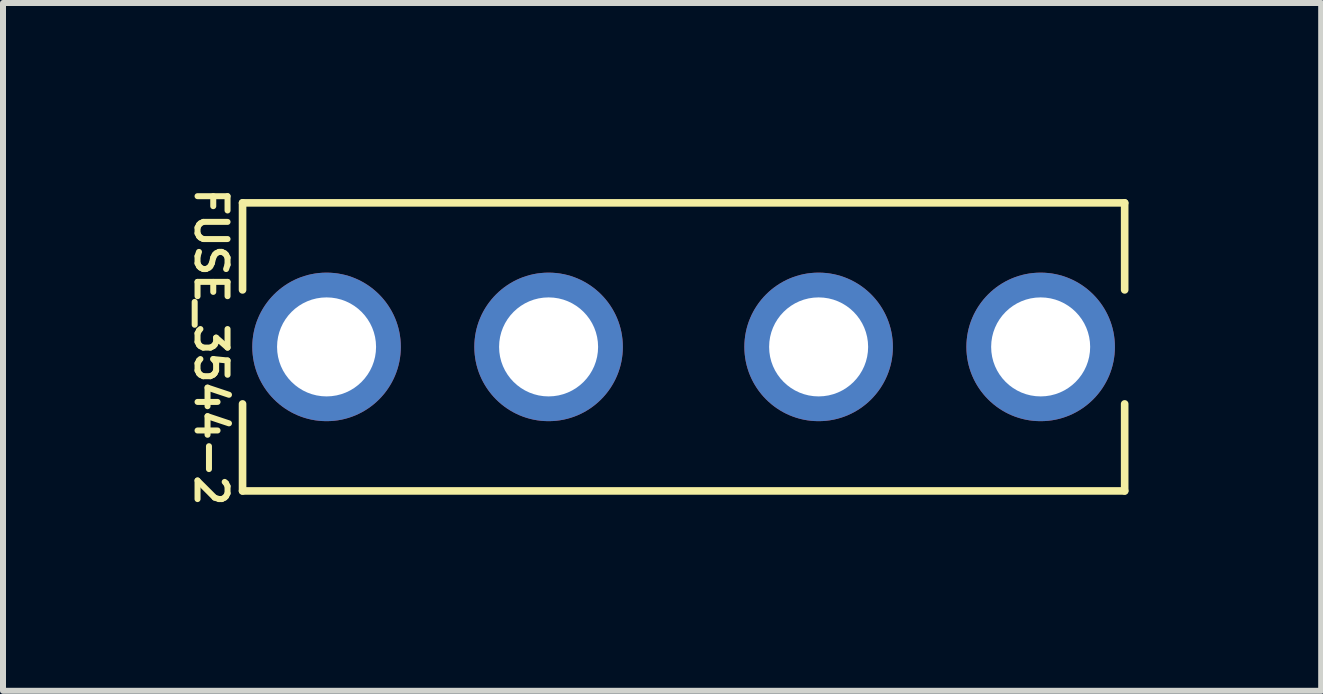
<source format=kicad_pcb>
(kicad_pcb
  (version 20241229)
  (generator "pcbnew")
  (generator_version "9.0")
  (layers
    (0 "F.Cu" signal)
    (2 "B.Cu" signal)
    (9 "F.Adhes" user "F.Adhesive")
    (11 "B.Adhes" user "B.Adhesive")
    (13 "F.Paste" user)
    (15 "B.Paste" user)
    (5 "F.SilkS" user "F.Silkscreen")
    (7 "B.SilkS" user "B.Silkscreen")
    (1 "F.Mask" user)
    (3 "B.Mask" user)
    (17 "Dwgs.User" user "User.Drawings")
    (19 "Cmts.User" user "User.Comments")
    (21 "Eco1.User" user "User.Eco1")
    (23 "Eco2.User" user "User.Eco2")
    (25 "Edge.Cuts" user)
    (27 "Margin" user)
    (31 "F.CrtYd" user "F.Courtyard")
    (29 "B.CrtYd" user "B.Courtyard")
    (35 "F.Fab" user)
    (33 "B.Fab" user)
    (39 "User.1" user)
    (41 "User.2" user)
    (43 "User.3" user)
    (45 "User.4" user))
  (footprint "FUSE_3544-2"
    (layer "F.Cu")
    (at 8.342 2.731)
    (property "Reference" "FUSE_3544-2" (at -7.874 0 270) (unlocked yes) (layer "F.SilkS") (effects (font (size 0.5 0.5) (thickness 0.1))))
    (attr through_hole exclude_from_pos_files)
    (fp_line (start -7.35 -2.4) (end -7.35 -0.95) (stroke (width 0.127) (type solid)) (layer "F.SilkS"))
    (fp_line (start -7.35 -2.4) (end 7.35 -2.4) (stroke (width 0.127) (type solid)) (layer "F.SilkS"))
    (fp_line (start -7.35 0.95) (end -7.35 2.4) (stroke (width 0.127) (type solid)) (layer "F.SilkS"))
    (fp_line (start 7.35 -2.4) (end 7.35 -0.95) (stroke (width 0.127) (type solid)) (layer "F.SilkS"))
    (fp_line (start 7.35 0.95) (end 7.35 2.4) (stroke (width 0.127) (type solid)) (layer "F.SilkS"))
    (fp_line (start 7.35 2.4) (end -7.35 2.4) (stroke (width 0.127) (type solid)) (layer "F.SilkS"))
    (fp_line (start -7.6 -2.65) (end 7.6 -2.65) (stroke (width 0.05) (type solid)) (layer "Eco1.User"))
    (fp_line (start -7.6 2.65) (end -7.6 -2.65) (stroke (width 0.05) (type solid)) (layer "Eco1.User"))
    (fp_line (start 7.6 -2.65) (end 7.6 2.65) (stroke (width 0.05) (type solid)) (layer "Eco1.User"))
    (fp_line (start 7.6 2.65) (end -7.6 2.65) (stroke (width 0.05) (type solid)) (layer "Eco1.User"))
    (fp_line (start -7.35 -2.4) (end 7.35 -2.4) (stroke (width 0.127) (type solid)) (layer "Eco2.User"))
    (fp_line (start -7.35 2.4) (end -7.35 -2.4) (stroke (width 0.127) (type solid)) (layer "Eco2.User"))
    (fp_line (start 7.35 -2.4) (end 7.35 2.4) (stroke (width 0.127) (type solid)) (layer "Eco2.User"))
    (fp_line (start 7.35 2.4) (end -7.35 2.4) (stroke (width 0.127) (type solid)) (layer "Eco2.User"))
    (pad "1_1" thru_hole circle (at -5.95 0) (size 2.475 2.475) (drill 1.65) (layers "*.Cu" "*.Mask"))
    (pad "1_2" thru_hole circle (at -2.25 0) (size 2.475 2.475) (drill 1.65) (layers "*.Cu" "*.Mask"))
    (pad "2_1" thru_hole circle (at 2.25 0) (size 2.475 2.475) (drill 1.65) (layers "*.Cu" "*.Mask"))
    (pad "2_2" thru_hole circle (at 5.95 0) (size 2.475 2.475) (drill 1.65) (layers "*.Cu" "*.Mask")))
  (gr_rect
    (start -3 -3)
    (end 18.967 8.462)
    (stroke (width 0.1) (type default))
    (fill no)
    (layer "Edge.Cuts")))
</source>
